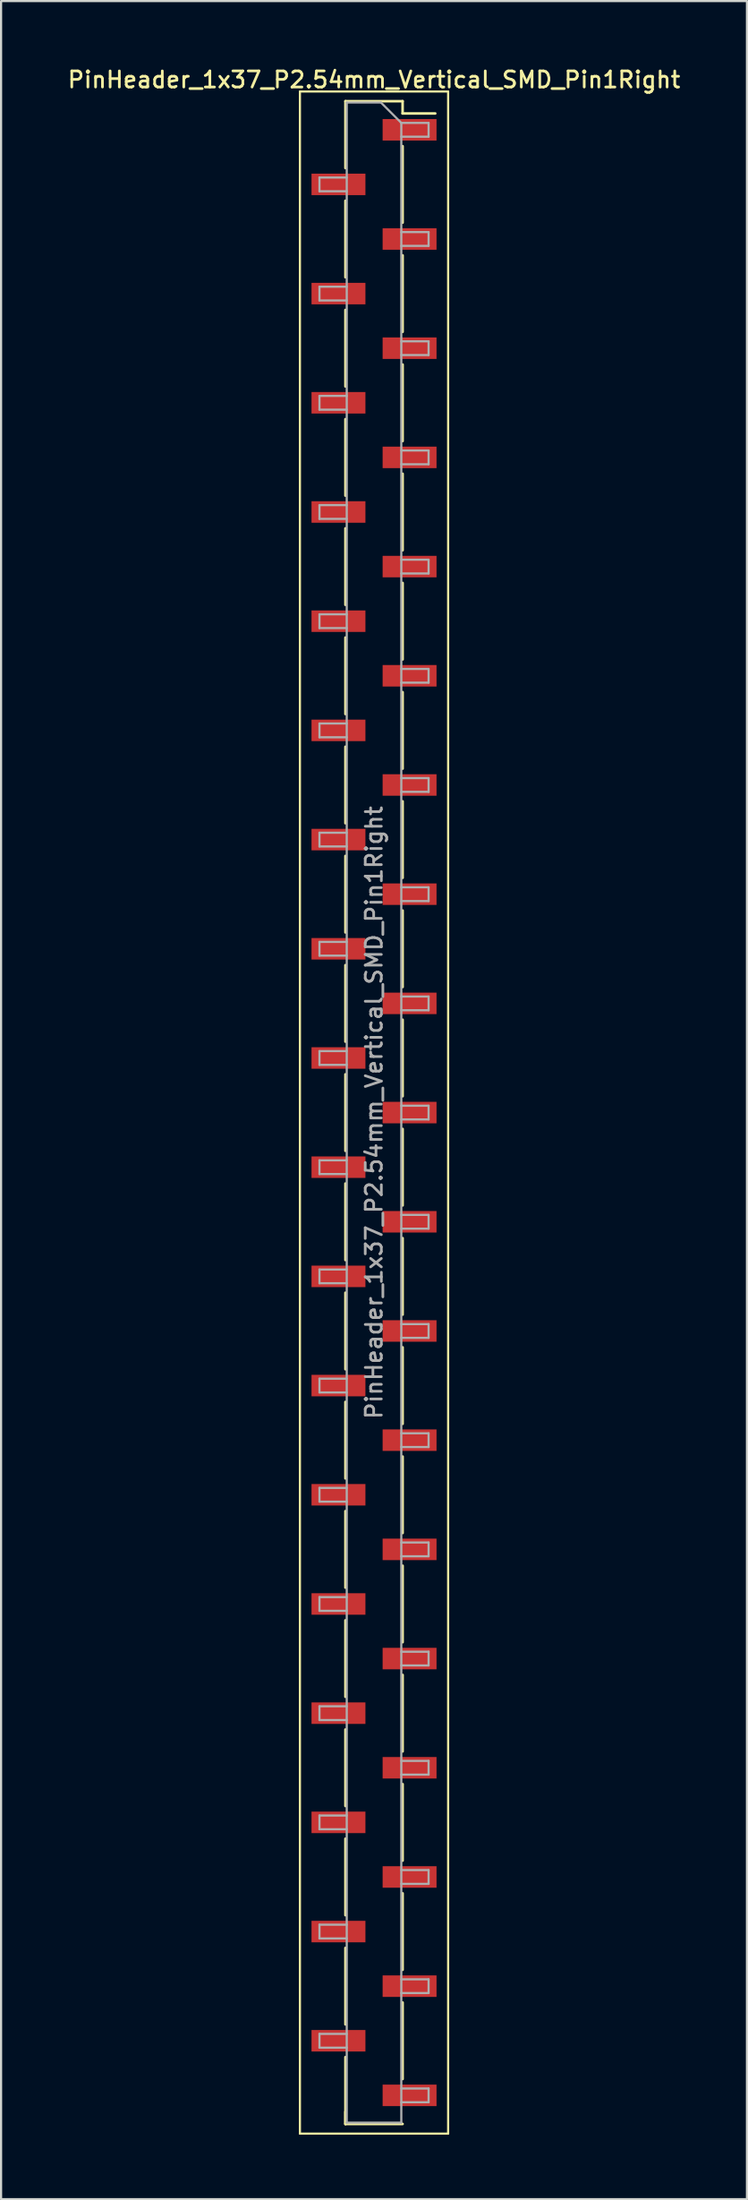
<source format=kicad_pcb>
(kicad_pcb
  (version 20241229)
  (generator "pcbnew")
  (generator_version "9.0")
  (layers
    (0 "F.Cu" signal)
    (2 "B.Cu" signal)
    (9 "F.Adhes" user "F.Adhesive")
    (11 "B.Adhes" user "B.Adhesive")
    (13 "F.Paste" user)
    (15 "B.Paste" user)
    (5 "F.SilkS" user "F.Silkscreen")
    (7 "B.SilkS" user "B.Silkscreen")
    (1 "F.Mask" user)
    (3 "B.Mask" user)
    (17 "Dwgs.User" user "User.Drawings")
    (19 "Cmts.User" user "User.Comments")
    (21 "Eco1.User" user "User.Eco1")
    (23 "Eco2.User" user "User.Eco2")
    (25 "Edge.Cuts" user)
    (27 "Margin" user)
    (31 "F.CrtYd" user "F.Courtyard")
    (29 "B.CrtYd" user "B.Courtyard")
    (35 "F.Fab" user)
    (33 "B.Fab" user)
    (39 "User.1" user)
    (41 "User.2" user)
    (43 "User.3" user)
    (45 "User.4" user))
  (footprint "PinHeader_1x37_P2.54mm_Vertical_SMD_Pin1Right"
    (layer "F.Cu")
    (at 14.363 48.708)
    (property "Reference" "PinHeader_1x37_P2.54mm_Vertical_SMD_Pin1Right" (at 0 -48.05 0) (layer "F.SilkS") (effects (font (size 0.75 0.75) (thickness 0.125))))
    (attr smd)
    (fp_line (start -3.45 -47.5) (end -3.45 47.5) (stroke (width 0.1) (type solid)) (layer "F.SilkS"))
    (fp_line (start -3.45 47.5) (end 3.45 47.5) (stroke (width 0.1) (type solid)) (layer "F.SilkS"))
    (fp_line (start -1.33 -47.05) (end -1.33 -43.94) (stroke (width 0.12) (type solid)) (layer "F.SilkS"))
    (fp_line (start -1.33 -47.05) (end 1.33 -47.05) (stroke (width 0.12) (type solid)) (layer "F.SilkS"))
    (fp_line (start -1.33 -42.42) (end -1.33 -38.86) (stroke (width 0.12) (type solid)) (layer "F.SilkS"))
    (fp_line (start -1.33 -37.34) (end -1.33 -33.78) (stroke (width 0.12) (type solid)) (layer "F.SilkS"))
    (fp_line (start -1.33 -32.26) (end -1.33 -28.7) (stroke (width 0.12) (type solid)) (layer "F.SilkS"))
    (fp_line (start -1.33 -27.18) (end -1.33 -23.62) (stroke (width 0.12) (type solid)) (layer "F.SilkS"))
    (fp_line (start -1.33 -22.1) (end -1.33 -18.54) (stroke (width 0.12) (type solid)) (layer "F.SilkS"))
    (fp_line (start -1.33 -17.02) (end -1.33 -13.46) (stroke (width 0.12) (type solid)) (layer "F.SilkS"))
    (fp_line (start -1.33 -11.94) (end -1.33 -8.38) (stroke (width 0.12) (type solid)) (layer "F.SilkS"))
    (fp_line (start -1.33 -6.86) (end -1.33 -3.3) (stroke (width 0.12) (type solid)) (layer "F.SilkS"))
    (fp_line (start -1.33 -1.78) (end -1.33 1.78) (stroke (width 0.12) (type solid)) (layer "F.SilkS"))
    (fp_line (start -1.33 3.3) (end -1.33 6.86) (stroke (width 0.12) (type solid)) (layer "F.SilkS"))
    (fp_line (start -1.33 8.38) (end -1.33 11.94) (stroke (width 0.12) (type solid)) (layer "F.SilkS"))
    (fp_line (start -1.33 13.46) (end -1.33 17.02) (stroke (width 0.12) (type solid)) (layer "F.SilkS"))
    (fp_line (start -1.33 18.54) (end -1.33 22.1) (stroke (width 0.12) (type solid)) (layer "F.SilkS"))
    (fp_line (start -1.33 23.62) (end -1.33 27.18) (stroke (width 0.12) (type solid)) (layer "F.SilkS"))
    (fp_line (start -1.33 28.7) (end -1.33 32.26) (stroke (width 0.12) (type solid)) (layer "F.SilkS"))
    (fp_line (start -1.33 33.78) (end -1.33 37.34) (stroke (width 0.12) (type solid)) (layer "F.SilkS"))
    (fp_line (start -1.33 38.86) (end -1.33 42.42) (stroke (width 0.12) (type solid)) (layer "F.SilkS"))
    (fp_line (start -1.33 43.94) (end -1.33 47.05) (stroke (width 0.12) (type solid)) (layer "F.SilkS"))
    (fp_line (start -1.33 46.48) (end -1.33 47.05) (stroke (width 0.12) (type solid)) (layer "F.SilkS"))
    (fp_line (start -1.33 47.05) (end 1.33 47.05) (stroke (width 0.12) (type solid)) (layer "F.SilkS"))
    (fp_line (start 1.33 -47.05) (end 1.33 -46.48) (stroke (width 0.12) (type solid)) (layer "F.SilkS"))
    (fp_line (start 1.33 -46.48) (end 2.85 -46.48) (stroke (width 0.12) (type solid)) (layer "F.SilkS"))
    (fp_line (start 1.33 -44.96) (end 1.33 -41.4) (stroke (width 0.12) (type solid)) (layer "F.SilkS"))
    (fp_line (start 1.33 -39.88) (end 1.33 -36.32) (stroke (width 0.12) (type solid)) (layer "F.SilkS"))
    (fp_line (start 1.33 -34.8) (end 1.33 -31.24) (stroke (width 0.12) (type solid)) (layer "F.SilkS"))
    (fp_line (start 1.33 -29.72) (end 1.33 -26.16) (stroke (width 0.12) (type solid)) (layer "F.SilkS"))
    (fp_line (start 1.33 -24.64) (end 1.33 -21.08) (stroke (width 0.12) (type solid)) (layer "F.SilkS"))
    (fp_line (start 1.33 -19.56) (end 1.33 -16) (stroke (width 0.12) (type solid)) (layer "F.SilkS"))
    (fp_line (start 1.33 -14.48) (end 1.33 -10.92) (stroke (width 0.12) (type solid)) (layer "F.SilkS"))
    (fp_line (start 1.33 -9.4) (end 1.33 -5.84) (stroke (width 0.12) (type solid)) (layer "F.SilkS"))
    (fp_line (start 1.33 -4.32) (end 1.33 -0.76) (stroke (width 0.12) (type solid)) (layer "F.SilkS"))
    (fp_line (start 1.33 0.76) (end 1.33 4.32) (stroke (width 0.12) (type solid)) (layer "F.SilkS"))
    (fp_line (start 1.33 5.84) (end 1.33 9.4) (stroke (width 0.12) (type solid)) (layer "F.SilkS"))
    (fp_line (start 1.33 10.92) (end 1.33 14.48) (stroke (width 0.12) (type solid)) (layer "F.SilkS"))
    (fp_line (start 1.33 16) (end 1.33 19.56) (stroke (width 0.12) (type solid)) (layer "F.SilkS"))
    (fp_line (start 1.33 21.08) (end 1.33 24.64) (stroke (width 0.12) (type solid)) (layer "F.SilkS"))
    (fp_line (start 1.33 26.16) (end 1.33 29.72) (stroke (width 0.12) (type solid)) (layer "F.SilkS"))
    (fp_line (start 1.33 31.24) (end 1.33 34.8) (stroke (width 0.12) (type solid)) (layer "F.SilkS"))
    (fp_line (start 1.33 36.32) (end 1.33 39.88) (stroke (width 0.12) (type solid)) (layer "F.SilkS"))
    (fp_line (start 1.33 41.4) (end 1.33 44.96) (stroke (width 0.12) (type solid)) (layer "F.SilkS"))
    (fp_line (start 3.45 -47.5) (end -3.45 -47.5) (stroke (width 0.1) (type solid)) (layer "F.SilkS"))
    (fp_line (start 3.45 47.5) (end 3.45 -47.5) (stroke (width 0.1) (type solid)) (layer "F.SilkS"))
    (fp_line (start -2.54 -43.5) (end -2.54 -42.86) (stroke (width 0.1) (type solid)) (layer "F.Fab"))
    (fp_line (start -2.54 -42.86) (end -1.27 -42.86) (stroke (width 0.1) (type solid)) (layer "F.Fab"))
    (fp_line (start -2.54 -38.42) (end -2.54 -37.78) (stroke (width 0.1) (type solid)) (layer "F.Fab"))
    (fp_line (start -2.54 -37.78) (end -1.27 -37.78) (stroke (width 0.1) (type solid)) (layer "F.Fab"))
    (fp_line (start -2.54 -33.34) (end -2.54 -32.7) (stroke (width 0.1) (type solid)) (layer "F.Fab"))
    (fp_line (start -2.54 -32.7) (end -1.27 -32.7) (stroke (width 0.1) (type solid)) (layer "F.Fab"))
    (fp_line (start -2.54 -28.26) (end -2.54 -27.62) (stroke (width 0.1) (type solid)) (layer "F.Fab"))
    (fp_line (start -2.54 -27.62) (end -1.27 -27.62) (stroke (width 0.1) (type solid)) (layer "F.Fab"))
    (fp_line (start -2.54 -23.18) (end -2.54 -22.54) (stroke (width 0.1) (type solid)) (layer "F.Fab"))
    (fp_line (start -2.54 -22.54) (end -1.27 -22.54) (stroke (width 0.1) (type solid)) (layer "F.Fab"))
    (fp_line (start -2.54 -18.1) (end -2.54 -17.46) (stroke (width 0.1) (type solid)) (layer "F.Fab"))
    (fp_line (start -2.54 -17.46) (end -1.27 -17.46) (stroke (width 0.1) (type solid)) (layer "F.Fab"))
    (fp_line (start -2.54 -13.02) (end -2.54 -12.38) (stroke (width 0.1) (type solid)) (layer "F.Fab"))
    (fp_line (start -2.54 -12.38) (end -1.27 -12.38) (stroke (width 0.1) (type solid)) (layer "F.Fab"))
    (fp_line (start -2.54 -7.94) (end -2.54 -7.3) (stroke (width 0.1) (type solid)) (layer "F.Fab"))
    (fp_line (start -2.54 -7.3) (end -1.27 -7.3) (stroke (width 0.1) (type solid)) (layer "F.Fab"))
    (fp_line (start -2.54 -2.86) (end -2.54 -2.22) (stroke (width 0.1) (type solid)) (layer "F.Fab"))
    (fp_line (start -2.54 -2.22) (end -1.27 -2.22) (stroke (width 0.1) (type solid)) (layer "F.Fab"))
    (fp_line (start -2.54 2.22) (end -2.54 2.86) (stroke (width 0.1) (type solid)) (layer "F.Fab"))
    (fp_line (start -2.54 2.86) (end -1.27 2.86) (stroke (width 0.1) (type solid)) (layer "F.Fab"))
    (fp_line (start -2.54 7.3) (end -2.54 7.94) (stroke (width 0.1) (type solid)) (layer "F.Fab"))
    (fp_line (start -2.54 7.94) (end -1.27 7.94) (stroke (width 0.1) (type solid)) (layer "F.Fab"))
    (fp_line (start -2.54 12.38) (end -2.54 13.02) (stroke (width 0.1) (type solid)) (layer "F.Fab"))
    (fp_line (start -2.54 13.02) (end -1.27 13.02) (stroke (width 0.1) (type solid)) (layer "F.Fab"))
    (fp_line (start -2.54 17.46) (end -2.54 18.1) (stroke (width 0.1) (type solid)) (layer "F.Fab"))
    (fp_line (start -2.54 18.1) (end -1.27 18.1) (stroke (width 0.1) (type solid)) (layer "F.Fab"))
    (fp_line (start -2.54 22.54) (end -2.54 23.18) (stroke (width 0.1) (type solid)) (layer "F.Fab"))
    (fp_line (start -2.54 23.18) (end -1.27 23.18) (stroke (width 0.1) (type solid)) (layer "F.Fab"))
    (fp_line (start -2.54 27.62) (end -2.54 28.26) (stroke (width 0.1) (type solid)) (layer "F.Fab"))
    (fp_line (start -2.54 28.26) (end -1.27 28.26) (stroke (width 0.1) (type solid)) (layer "F.Fab"))
    (fp_line (start -2.54 32.7) (end -2.54 33.34) (stroke (width 0.1) (type solid)) (layer "F.Fab"))
    (fp_line (start -2.54 33.34) (end -1.27 33.34) (stroke (width 0.1) (type solid)) (layer "F.Fab"))
    (fp_line (start -2.54 37.78) (end -2.54 38.42) (stroke (width 0.1) (type solid)) (layer "F.Fab"))
    (fp_line (start -2.54 38.42) (end -1.27 38.42) (stroke (width 0.1) (type solid)) (layer "F.Fab"))
    (fp_line (start -2.54 42.86) (end -2.54 43.5) (stroke (width 0.1) (type solid)) (layer "F.Fab"))
    (fp_line (start -2.54 43.5) (end -1.27 43.5) (stroke (width 0.1) (type solid)) (layer "F.Fab"))
    (fp_line (start -1.27 -46.99) (end -1.27 46.99) (stroke (width 0.1) (type solid)) (layer "F.Fab"))
    (fp_line (start -1.27 -46.99) (end 0.32 -46.99) (stroke (width 0.1) (type solid)) (layer "F.Fab"))
    (fp_line (start -1.27 -43.5) (end -2.54 -43.5) (stroke (width 0.1) (type solid)) (layer "F.Fab"))
    (fp_line (start -1.27 -38.42) (end -2.54 -38.42) (stroke (width 0.1) (type solid)) (layer "F.Fab"))
    (fp_line (start -1.27 -33.34) (end -2.54 -33.34) (stroke (width 0.1) (type solid)) (layer "F.Fab"))
    (fp_line (start -1.27 -28.26) (end -2.54 -28.26) (stroke (width 0.1) (type solid)) (layer "F.Fab"))
    (fp_line (start -1.27 -23.18) (end -2.54 -23.18) (stroke (width 0.1) (type solid)) (layer "F.Fab"))
    (fp_line (start -1.27 -18.1) (end -2.54 -18.1) (stroke (width 0.1) (type solid)) (layer "F.Fab"))
    (fp_line (start -1.27 -13.02) (end -2.54 -13.02) (stroke (width 0.1) (type solid)) (layer "F.Fab"))
    (fp_line (start -1.27 -7.94) (end -2.54 -7.94) (stroke (width 0.1) (type solid)) (layer "F.Fab"))
    (fp_line (start -1.27 -2.86) (end -2.54 -2.86) (stroke (width 0.1) (type solid)) (layer "F.Fab"))
    (fp_line (start -1.27 2.22) (end -2.54 2.22) (stroke (width 0.1) (type solid)) (layer "F.Fab"))
    (fp_line (start -1.27 7.3) (end -2.54 7.3) (stroke (width 0.1) (type solid)) (layer "F.Fab"))
    (fp_line (start -1.27 12.38) (end -2.54 12.38) (stroke (width 0.1) (type solid)) (layer "F.Fab"))
    (fp_line (start -1.27 17.46) (end -2.54 17.46) (stroke (width 0.1) (type solid)) (layer "F.Fab"))
    (fp_line (start -1.27 22.54) (end -2.54 22.54) (stroke (width 0.1) (type solid)) (layer "F.Fab"))
    (fp_line (start -1.27 27.62) (end -2.54 27.62) (stroke (width 0.1) (type solid)) (layer "F.Fab"))
    (fp_line (start -1.27 32.7) (end -2.54 32.7) (stroke (width 0.1) (type solid)) (layer "F.Fab"))
    (fp_line (start -1.27 37.78) (end -2.54 37.78) (stroke (width 0.1) (type solid)) (layer "F.Fab"))
    (fp_line (start -1.27 42.86) (end -2.54 42.86) (stroke (width 0.1) (type solid)) (layer "F.Fab"))
    (fp_line (start 1.27 -46.04) (end 0.32 -46.99) (stroke (width 0.1) (type solid)) (layer "F.Fab"))
    (fp_line (start 1.27 -46.04) (end 2.54 -46.04) (stroke (width 0.1) (type solid)) (layer "F.Fab"))
    (fp_line (start 1.27 -40.96) (end 2.54 -40.96) (stroke (width 0.1) (type solid)) (layer "F.Fab"))
    (fp_line (start 1.27 -35.88) (end 2.54 -35.88) (stroke (width 0.1) (type solid)) (layer "F.Fab"))
    (fp_line (start 1.27 -30.8) (end 2.54 -30.8) (stroke (width 0.1) (type solid)) (layer "F.Fab"))
    (fp_line (start 1.27 -25.72) (end 2.54 -25.72) (stroke (width 0.1) (type solid)) (layer "F.Fab"))
    (fp_line (start 1.27 -20.64) (end 2.54 -20.64) (stroke (width 0.1) (type solid)) (layer "F.Fab"))
    (fp_line (start 1.27 -15.56) (end 2.54 -15.56) (stroke (width 0.1) (type solid)) (layer "F.Fab"))
    (fp_line (start 1.27 -10.48) (end 2.54 -10.48) (stroke (width 0.1) (type solid)) (layer "F.Fab"))
    (fp_line (start 1.27 -5.4) (end 2.54 -5.4) (stroke (width 0.1) (type solid)) (layer "F.Fab"))
    (fp_line (start 1.27 -0.32) (end 2.54 -0.32) (stroke (width 0.1) (type solid)) (layer "F.Fab"))
    (fp_line (start 1.27 4.76) (end 2.54 4.76) (stroke (width 0.1) (type solid)) (layer "F.Fab"))
    (fp_line (start 1.27 9.84) (end 2.54 9.84) (stroke (width 0.1) (type solid)) (layer "F.Fab"))
    (fp_line (start 1.27 14.92) (end 2.54 14.92) (stroke (width 0.1) (type solid)) (layer "F.Fab"))
    (fp_line (start 1.27 20) (end 2.54 20) (stroke (width 0.1) (type solid)) (layer "F.Fab"))
    (fp_line (start 1.27 25.08) (end 2.54 25.08) (stroke (width 0.1) (type solid)) (layer "F.Fab"))
    (fp_line (start 1.27 30.16) (end 2.54 30.16) (stroke (width 0.1) (type solid)) (layer "F.Fab"))
    (fp_line (start 1.27 35.24) (end 2.54 35.24) (stroke (width 0.1) (type solid)) (layer "F.Fab"))
    (fp_line (start 1.27 40.32) (end 2.54 40.32) (stroke (width 0.1) (type solid)) (layer "F.Fab"))
    (fp_line (start 1.27 45.4) (end 2.54 45.4) (stroke (width 0.1) (type solid)) (layer "F.Fab"))
    (fp_line (start 1.27 46.99) (end -1.27 46.99) (stroke (width 0.1) (type solid)) (layer "F.Fab"))
    (fp_line (start 1.27 46.99) (end 1.27 -46.04) (stroke (width 0.1) (type solid)) (layer "F.Fab"))
    (fp_line (start 2.54 -46.04) (end 2.54 -45.4) (stroke (width 0.1) (type solid)) (layer "F.Fab"))
    (fp_line (start 2.54 -45.4) (end 1.27 -45.4) (stroke (width 0.1) (type solid)) (layer "F.Fab"))
    (fp_line (start 2.54 -40.96) (end 2.54 -40.32) (stroke (width 0.1) (type solid)) (layer "F.Fab"))
    (fp_line (start 2.54 -40.32) (end 1.27 -40.32) (stroke (width 0.1) (type solid)) (layer "F.Fab"))
    (fp_line (start 2.54 -35.88) (end 2.54 -35.24) (stroke (width 0.1) (type solid)) (layer "F.Fab"))
    (fp_line (start 2.54 -35.24) (end 1.27 -35.24) (stroke (width 0.1) (type solid)) (layer "F.Fab"))
    (fp_line (start 2.54 -30.8) (end 2.54 -30.16) (stroke (width 0.1) (type solid)) (layer "F.Fab"))
    (fp_line (start 2.54 -30.16) (end 1.27 -30.16) (stroke (width 0.1) (type solid)) (layer "F.Fab"))
    (fp_line (start 2.54 -25.72) (end 2.54 -25.08) (stroke (width 0.1) (type solid)) (layer "F.Fab"))
    (fp_line (start 2.54 -25.08) (end 1.27 -25.08) (stroke (width 0.1) (type solid)) (layer "F.Fab"))
    (fp_line (start 2.54 -20.64) (end 2.54 -20) (stroke (width 0.1) (type solid)) (layer "F.Fab"))
    (fp_line (start 2.54 -20) (end 1.27 -20) (stroke (width 0.1) (type solid)) (layer "F.Fab"))
    (fp_line (start 2.54 -15.56) (end 2.54 -14.92) (stroke (width 0.1) (type solid)) (layer "F.Fab"))
    (fp_line (start 2.54 -14.92) (end 1.27 -14.92) (stroke (width 0.1) (type solid)) (layer "F.Fab"))
    (fp_line (start 2.54 -10.48) (end 2.54 -9.84) (stroke (width 0.1) (type solid)) (layer "F.Fab"))
    (fp_line (start 2.54 -9.84) (end 1.27 -9.84) (stroke (width 0.1) (type solid)) (layer "F.Fab"))
    (fp_line (start 2.54 -5.4) (end 2.54 -4.76) (stroke (width 0.1) (type solid)) (layer "F.Fab"))
    (fp_line (start 2.54 -4.76) (end 1.27 -4.76) (stroke (width 0.1) (type solid)) (layer "F.Fab"))
    (fp_line (start 2.54 -0.32) (end 2.54 0.32) (stroke (width 0.1) (type solid)) (layer "F.Fab"))
    (fp_line (start 2.54 0.32) (end 1.27 0.32) (stroke (width 0.1) (type solid)) (layer "F.Fab"))
    (fp_line (start 2.54 4.76) (end 2.54 5.4) (stroke (width 0.1) (type solid)) (layer "F.Fab"))
    (fp_line (start 2.54 5.4) (end 1.27 5.4) (stroke (width 0.1) (type solid)) (layer "F.Fab"))
    (fp_line (start 2.54 9.84) (end 2.54 10.48) (stroke (width 0.1) (type solid)) (layer "F.Fab"))
    (fp_line (start 2.54 10.48) (end 1.27 10.48) (stroke (width 0.1) (type solid)) (layer "F.Fab"))
    (fp_line (start 2.54 14.92) (end 2.54 15.56) (stroke (width 0.1) (type solid)) (layer "F.Fab"))
    (fp_line (start 2.54 15.56) (end 1.27 15.56) (stroke (width 0.1) (type solid)) (layer "F.Fab"))
    (fp_line (start 2.54 20) (end 2.54 20.64) (stroke (width 0.1) (type solid)) (layer "F.Fab"))
    (fp_line (start 2.54 20.64) (end 1.27 20.64) (stroke (width 0.1) (type solid)) (layer "F.Fab"))
    (fp_line (start 2.54 25.08) (end 2.54 25.72) (stroke (width 0.1) (type solid)) (layer "F.Fab"))
    (fp_line (start 2.54 25.72) (end 1.27 25.72) (stroke (width 0.1) (type solid)) (layer "F.Fab"))
    (fp_line (start 2.54 30.16) (end 2.54 30.8) (stroke (width 0.1) (type solid)) (layer "F.Fab"))
    (fp_line (start 2.54 30.8) (end 1.27 30.8) (stroke (width 0.1) (type solid)) (layer "F.Fab"))
    (fp_line (start 2.54 35.24) (end 2.54 35.88) (stroke (width 0.1) (type solid)) (layer "F.Fab"))
    (fp_line (start 2.54 35.88) (end 1.27 35.88) (stroke (width 0.1) (type solid)) (layer "F.Fab"))
    (fp_line (start 2.54 40.32) (end 2.54 40.96) (stroke (width 0.1) (type solid)) (layer "F.Fab"))
    (fp_line (start 2.54 40.96) (end 1.27 40.96) (stroke (width 0.1) (type solid)) (layer "F.Fab"))
    (fp_line (start 2.54 45.4) (end 2.54 46.04) (stroke (width 0.1) (type solid)) (layer "F.Fab"))
    (fp_line (start 2.54 46.04) (end 1.27 46.04) (stroke (width 0.1) (type solid)) (layer "F.Fab"))
    (fp_text user "${REFERENCE}" (at 0 0 90) (layer "F.Fab") (effects (font (size 0.75 0.75) (thickness 0.125))))
    (pad "1" smd rect (at 1.655 -45.72) (size 2.51 1) (layers "F.Cu" "F.Mask" "F.Paste"))
    (pad "2" smd rect (at -1.655 -43.18) (size 2.51 1) (layers "F.Cu" "F.Mask" "F.Paste"))
    (pad "3" smd rect (at 1.655 -40.64) (size 2.51 1) (layers "F.Cu" "F.Mask" "F.Paste"))
    (pad "4" smd rect (at -1.655 -38.1) (size 2.51 1) (layers "F.Cu" "F.Mask" "F.Paste"))
    (pad "5" smd rect (at 1.655 -35.56) (size 2.51 1) (layers "F.Cu" "F.Mask" "F.Paste"))
    (pad "6" smd rect (at -1.655 -33.02) (size 2.51 1) (layers "F.Cu" "F.Mask" "F.Paste"))
    (pad "7" smd rect (at 1.655 -30.48) (size 2.51 1) (layers "F.Cu" "F.Mask" "F.Paste"))
    (pad "8" smd rect (at -1.655 -27.94) (size 2.51 1) (layers "F.Cu" "F.Mask" "F.Paste"))
    (pad "9" smd rect (at 1.655 -25.4) (size 2.51 1) (layers "F.Cu" "F.Mask" "F.Paste"))
    (pad "10" smd rect (at -1.655 -22.86) (size 2.51 1) (layers "F.Cu" "F.Mask" "F.Paste"))
    (pad "11" smd rect (at 1.655 -20.32) (size 2.51 1) (layers "F.Cu" "F.Mask" "F.Paste"))
    (pad "12" smd rect (at -1.655 -17.78) (size 2.51 1) (layers "F.Cu" "F.Mask" "F.Paste"))
    (pad "13" smd rect (at 1.655 -15.24) (size 2.51 1) (layers "F.Cu" "F.Mask" "F.Paste"))
    (pad "14" smd rect (at -1.655 -12.7) (size 2.51 1) (layers "F.Cu" "F.Mask" "F.Paste"))
    (pad "15" smd rect (at 1.655 -10.16) (size 2.51 1) (layers "F.Cu" "F.Mask" "F.Paste"))
    (pad "16" smd rect (at -1.655 -7.62) (size 2.51 1) (layers "F.Cu" "F.Mask" "F.Paste"))
    (pad "17" smd rect (at 1.655 -5.08) (size 2.51 1) (layers "F.Cu" "F.Mask" "F.Paste"))
    (pad "18" smd rect (at -1.655 -2.54) (size 2.51 1) (layers "F.Cu" "F.Mask" "F.Paste"))
    (pad "19" smd rect (at 1.655 0) (size 2.51 1) (layers "F.Cu" "F.Mask" "F.Paste"))
    (pad "20" smd rect (at -1.655 2.54) (size 2.51 1) (layers "F.Cu" "F.Mask" "F.Paste"))
    (pad "21" smd rect (at 1.655 5.08) (size 2.51 1) (layers "F.Cu" "F.Mask" "F.Paste"))
    (pad "22" smd rect (at -1.655 7.62) (size 2.51 1) (layers "F.Cu" "F.Mask" "F.Paste"))
    (pad "23" smd rect (at 1.655 10.16) (size 2.51 1) (layers "F.Cu" "F.Mask" "F.Paste"))
    (pad "24" smd rect (at -1.655 12.7) (size 2.51 1) (layers "F.Cu" "F.Mask" "F.Paste"))
    (pad "25" smd rect (at 1.655 15.24) (size 2.51 1) (layers "F.Cu" "F.Mask" "F.Paste"))
    (pad "26" smd rect (at -1.655 17.78) (size 2.51 1) (layers "F.Cu" "F.Mask" "F.Paste"))
    (pad "27" smd rect (at 1.655 20.32) (size 2.51 1) (layers "F.Cu" "F.Mask" "F.Paste"))
    (pad "28" smd rect (at -1.655 22.86) (size 2.51 1) (layers "F.Cu" "F.Mask" "F.Paste"))
    (pad "29" smd rect (at 1.655 25.4) (size 2.51 1) (layers "F.Cu" "F.Mask" "F.Paste"))
    (pad "30" smd rect (at -1.655 27.94) (size 2.51 1) (layers "F.Cu" "F.Mask" "F.Paste"))
    (pad "31" smd rect (at 1.655 30.48) (size 2.51 1) (layers "F.Cu" "F.Mask" "F.Paste"))
    (pad "32" smd rect (at -1.655 33.02) (size 2.51 1) (layers "F.Cu" "F.Mask" "F.Paste"))
    (pad "33" smd rect (at 1.655 35.56) (size 2.51 1) (layers "F.Cu" "F.Mask" "F.Paste"))
    (pad "34" smd rect (at -1.655 38.1) (size 2.51 1) (layers "F.Cu" "F.Mask" "F.Paste"))
    (pad "35" smd rect (at 1.655 40.64) (size 2.51 1) (layers "F.Cu" "F.Mask" "F.Paste"))
    (pad "36" smd rect (at -1.655 43.18) (size 2.51 1) (layers "F.Cu" "F.Mask" "F.Paste"))
    (pad "37" smd rect (at 1.655 45.72) (size 2.51 1) (layers "F.Cu" "F.Mask" "F.Paste")))
  (gr_rect
    (start -3 -3)
    (end 31.725 99.258)
    (stroke (width 0.1) (type default))
    (fill no)
    (layer "Edge.Cuts")))
</source>
